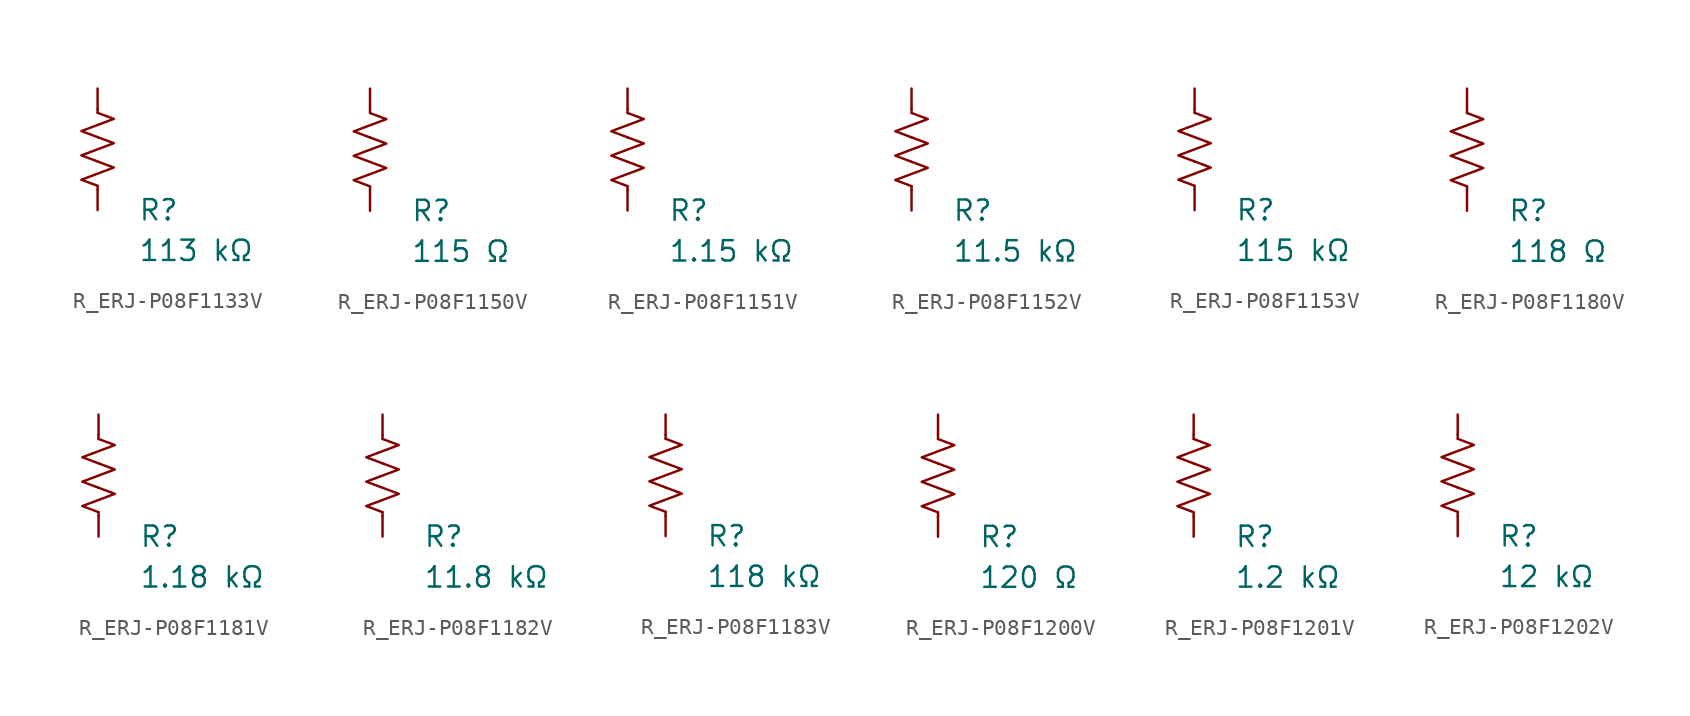
<source format=kicad_sym>
(kicad_symbol_lib
  (version 20231120)
  (generator "kicad_symbol_editor")
  (generator_version "8.0")
  (symbol "R_ERJ-P08F1133V"
    (pin_numbers hide)
    (pin_names
      (offset 0))
    (property "Reference" "R"
      (at 2.54 -3.81 0)
      (effects (font (size 1.27 1.27)) (justify left))
      (show_name no))
    (property "Value" "113 kΩ"
      (at 2.54 -6.35 0)
      (effects (font (size 1.27 1.27)) (justify left))
      (show_name no))
    (symbol "R_ERJ-P08F1133V_0_1"
      (polyline (pts (xy 0 -2.286) (xy 0 -2.54)) (stroke (width 0) (type default)) (fill (type none)))
      (polyline (pts (xy 0 2.286) (xy 0 2.54)) (stroke (width 0) (type default)) (fill (type none)))
      (polyline (pts (xy 0 -0.762) (xy 1.016 -1.143) (xy 0 -1.524) (xy -1.016 -1.905) (xy 0 -2.286)) (stroke (width 0) (type default)) (fill (type none)))
      (polyline (pts (xy 0 0.762) (xy 1.016 0.381) (xy 0 0) (xy -1.016 -0.381) (xy 0 -0.762)) (stroke (width 0) (type default)) (fill (type none)))
      (polyline (pts (xy 0 2.286) (xy 1.016 1.905) (xy 0 1.524) (xy -1.016 1.143) (xy 0 0.762)) (stroke (width 0) (type default)) (fill (type none))))
    (symbol "R_ERJ-P08F1133V_1_1"
      (pin passive line (at 0 3.81 270) (length 1.27) (name "~" (effects (font (size 1.27 1.27)))) (number "1" (effects (font (size 1.27 1.27)))))
      (pin passive line (at 0 -3.81 90) (length 1.27) (name "~" (effects (font (size 1.27 1.27)))) (number "2" (effects (font (size 1.27 1.27)))))))
  (symbol "R_ERJ-P08F1150V"
    (pin_numbers hide)
    (pin_names
      (offset 0))
    (property "Reference" "R"
      (at 2.54 -3.81 0)
      (effects (font (size 1.27 1.27)) (justify left))
      (show_name no))
    (property "Value" "115 Ω"
      (at 2.54 -6.35 0)
      (effects (font (size 1.27 1.27)) (justify left))
      (show_name no))
    (symbol "R_ERJ-P08F1150V_0_1"
      (polyline (pts (xy 0 -2.286) (xy 0 -2.54)) (stroke (width 0) (type default)) (fill (type none)))
      (polyline (pts (xy 0 2.286) (xy 0 2.54)) (stroke (width 0) (type default)) (fill (type none)))
      (polyline (pts (xy 0 -0.762) (xy 1.016 -1.143) (xy 0 -1.524) (xy -1.016 -1.905) (xy 0 -2.286)) (stroke (width 0) (type default)) (fill (type none)))
      (polyline (pts (xy 0 0.762) (xy 1.016 0.381) (xy 0 0) (xy -1.016 -0.381) (xy 0 -0.762)) (stroke (width 0) (type default)) (fill (type none)))
      (polyline (pts (xy 0 2.286) (xy 1.016 1.905) (xy 0 1.524) (xy -1.016 1.143) (xy 0 0.762)) (stroke (width 0) (type default)) (fill (type none))))
    (symbol "R_ERJ-P08F1150V_1_1"
      (pin passive line (at 0 3.81 270) (length 1.27) (name "~" (effects (font (size 1.27 1.27)))) (number "1" (effects (font (size 1.27 1.27)))))
      (pin passive line (at 0 -3.81 90) (length 1.27) (name "~" (effects (font (size 1.27 1.27)))) (number "2" (effects (font (size 1.27 1.27)))))))
  (symbol "R_ERJ-P08F1151V"
    (pin_numbers hide)
    (pin_names
      (offset 0))
    (property "Reference" "R"
      (at 2.54 -3.81 0)
      (effects (font (size 1.27 1.27)) (justify left))
      (show_name no))
    (property "Value" "1.15 kΩ"
      (at 2.54 -6.35 0)
      (effects (font (size 1.27 1.27)) (justify left))
      (show_name no))
    (symbol "R_ERJ-P08F1151V_0_1"
      (polyline (pts (xy 0 -2.286) (xy 0 -2.54)) (stroke (width 0) (type default)) (fill (type none)))
      (polyline (pts (xy 0 2.286) (xy 0 2.54)) (stroke (width 0) (type default)) (fill (type none)))
      (polyline (pts (xy 0 -0.762) (xy 1.016 -1.143) (xy 0 -1.524) (xy -1.016 -1.905) (xy 0 -2.286)) (stroke (width 0) (type default)) (fill (type none)))
      (polyline (pts (xy 0 0.762) (xy 1.016 0.381) (xy 0 0) (xy -1.016 -0.381) (xy 0 -0.762)) (stroke (width 0) (type default)) (fill (type none)))
      (polyline (pts (xy 0 2.286) (xy 1.016 1.905) (xy 0 1.524) (xy -1.016 1.143) (xy 0 0.762)) (stroke (width 0) (type default)) (fill (type none))))
    (symbol "R_ERJ-P08F1151V_1_1"
      (pin passive line (at 0 3.81 270) (length 1.27) (name "~" (effects (font (size 1.27 1.27)))) (number "1" (effects (font (size 1.27 1.27)))))
      (pin passive line (at 0 -3.81 90) (length 1.27) (name "~" (effects (font (size 1.27 1.27)))) (number "2" (effects (font (size 1.27 1.27)))))))
  (symbol "R_ERJ-P08F1152V"
    (pin_numbers hide)
    (pin_names
      (offset 0))
    (property "Reference" "R"
      (at 2.54 -3.81 0)
      (effects (font (size 1.27 1.27)) (justify left))
      (show_name no))
    (property "Value" "11.5 kΩ"
      (at 2.54 -6.35 0)
      (effects (font (size 1.27 1.27)) (justify left))
      (show_name no))
    (symbol "R_ERJ-P08F1152V_0_1"
      (polyline (pts (xy 0 -2.286) (xy 0 -2.54)) (stroke (width 0) (type default)) (fill (type none)))
      (polyline (pts (xy 0 2.286) (xy 0 2.54)) (stroke (width 0) (type default)) (fill (type none)))
      (polyline (pts (xy 0 -0.762) (xy 1.016 -1.143) (xy 0 -1.524) (xy -1.016 -1.905) (xy 0 -2.286)) (stroke (width 0) (type default)) (fill (type none)))
      (polyline (pts (xy 0 0.762) (xy 1.016 0.381) (xy 0 0) (xy -1.016 -0.381) (xy 0 -0.762)) (stroke (width 0) (type default)) (fill (type none)))
      (polyline (pts (xy 0 2.286) (xy 1.016 1.905) (xy 0 1.524) (xy -1.016 1.143) (xy 0 0.762)) (stroke (width 0) (type default)) (fill (type none))))
    (symbol "R_ERJ-P08F1152V_1_1"
      (pin passive line (at 0 3.81 270) (length 1.27) (name "~" (effects (font (size 1.27 1.27)))) (number "1" (effects (font (size 1.27 1.27)))))
      (pin passive line (at 0 -3.81 90) (length 1.27) (name "~" (effects (font (size 1.27 1.27)))) (number "2" (effects (font (size 1.27 1.27)))))))
  (symbol "R_ERJ-P08F1153V"
    (pin_numbers hide)
    (pin_names
      (offset 0))
    (property "Reference" "R"
      (at 2.54 -3.81 0)
      (effects (font (size 1.27 1.27)) (justify left))
      (show_name no))
    (property "Value" "115 kΩ"
      (at 2.54 -6.35 0)
      (effects (font (size 1.27 1.27)) (justify left))
      (show_name no))
    (symbol "R_ERJ-P08F1153V_0_1"
      (polyline (pts (xy 0 -2.286) (xy 0 -2.54)) (stroke (width 0) (type default)) (fill (type none)))
      (polyline (pts (xy 0 2.286) (xy 0 2.54)) (stroke (width 0) (type default)) (fill (type none)))
      (polyline (pts (xy 0 -0.762) (xy 1.016 -1.143) (xy 0 -1.524) (xy -1.016 -1.905) (xy 0 -2.286)) (stroke (width 0) (type default)) (fill (type none)))
      (polyline (pts (xy 0 0.762) (xy 1.016 0.381) (xy 0 0) (xy -1.016 -0.381) (xy 0 -0.762)) (stroke (width 0) (type default)) (fill (type none)))
      (polyline (pts (xy 0 2.286) (xy 1.016 1.905) (xy 0 1.524) (xy -1.016 1.143) (xy 0 0.762)) (stroke (width 0) (type default)) (fill (type none))))
    (symbol "R_ERJ-P08F1153V_1_1"
      (pin passive line (at 0 3.81 270) (length 1.27) (name "~" (effects (font (size 1.27 1.27)))) (number "1" (effects (font (size 1.27 1.27)))))
      (pin passive line (at 0 -3.81 90) (length 1.27) (name "~" (effects (font (size 1.27 1.27)))) (number "2" (effects (font (size 1.27 1.27)))))))
  (symbol "R_ERJ-P08F1180V"
    (pin_numbers hide)
    (pin_names
      (offset 0))
    (property "Reference" "R"
      (at 2.54 -3.81 0)
      (effects (font (size 1.27 1.27)) (justify left))
      (show_name no))
    (property "Value" "118 Ω"
      (at 2.54 -6.35 0)
      (effects (font (size 1.27 1.27)) (justify left))
      (show_name no))
    (symbol "R_ERJ-P08F1180V_0_1"
      (polyline (pts (xy 0 -2.286) (xy 0 -2.54)) (stroke (width 0) (type default)) (fill (type none)))
      (polyline (pts (xy 0 2.286) (xy 0 2.54)) (stroke (width 0) (type default)) (fill (type none)))
      (polyline (pts (xy 0 -0.762) (xy 1.016 -1.143) (xy 0 -1.524) (xy -1.016 -1.905) (xy 0 -2.286)) (stroke (width 0) (type default)) (fill (type none)))
      (polyline (pts (xy 0 0.762) (xy 1.016 0.381) (xy 0 0) (xy -1.016 -0.381) (xy 0 -0.762)) (stroke (width 0) (type default)) (fill (type none)))
      (polyline (pts (xy 0 2.286) (xy 1.016 1.905) (xy 0 1.524) (xy -1.016 1.143) (xy 0 0.762)) (stroke (width 0) (type default)) (fill (type none))))
    (symbol "R_ERJ-P08F1180V_1_1"
      (pin passive line (at 0 3.81 270) (length 1.27) (name "~" (effects (font (size 1.27 1.27)))) (number "1" (effects (font (size 1.27 1.27)))))
      (pin passive line (at 0 -3.81 90) (length 1.27) (name "~" (effects (font (size 1.27 1.27)))) (number "2" (effects (font (size 1.27 1.27)))))))
  (symbol "R_ERJ-P08F1181V"
    (pin_numbers hide)
    (pin_names
      (offset 0))
    (property "Reference" "R"
      (at 2.54 -3.81 0)
      (effects (font (size 1.27 1.27)) (justify left))
      (show_name no))
    (property "Value" "1.18 kΩ"
      (at 2.54 -6.35 0)
      (effects (font (size 1.27 1.27)) (justify left))
      (show_name no))
    (symbol "R_ERJ-P08F1181V_0_1"
      (polyline (pts (xy 0 -2.286) (xy 0 -2.54)) (stroke (width 0) (type default)) (fill (type none)))
      (polyline (pts (xy 0 2.286) (xy 0 2.54)) (stroke (width 0) (type default)) (fill (type none)))
      (polyline (pts (xy 0 -0.762) (xy 1.016 -1.143) (xy 0 -1.524) (xy -1.016 -1.905) (xy 0 -2.286)) (stroke (width 0) (type default)) (fill (type none)))
      (polyline (pts (xy 0 0.762) (xy 1.016 0.381) (xy 0 0) (xy -1.016 -0.381) (xy 0 -0.762)) (stroke (width 0) (type default)) (fill (type none)))
      (polyline (pts (xy 0 2.286) (xy 1.016 1.905) (xy 0 1.524) (xy -1.016 1.143) (xy 0 0.762)) (stroke (width 0) (type default)) (fill (type none))))
    (symbol "R_ERJ-P08F1181V_1_1"
      (pin passive line (at 0 3.81 270) (length 1.27) (name "~" (effects (font (size 1.27 1.27)))) (number "1" (effects (font (size 1.27 1.27)))))
      (pin passive line (at 0 -3.81 90) (length 1.27) (name "~" (effects (font (size 1.27 1.27)))) (number "2" (effects (font (size 1.27 1.27)))))))
  (symbol "R_ERJ-P08F1182V"
    (pin_numbers hide)
    (pin_names
      (offset 0))
    (property "Reference" "R"
      (at 2.54 -3.81 0)
      (effects (font (size 1.27 1.27)) (justify left))
      (show_name no))
    (property "Value" "11.8 kΩ"
      (at 2.54 -6.35 0)
      (effects (font (size 1.27 1.27)) (justify left))
      (show_name no))
    (symbol "R_ERJ-P08F1182V_0_1"
      (polyline (pts (xy 0 -2.286) (xy 0 -2.54)) (stroke (width 0) (type default)) (fill (type none)))
      (polyline (pts (xy 0 2.286) (xy 0 2.54)) (stroke (width 0) (type default)) (fill (type none)))
      (polyline (pts (xy 0 -0.762) (xy 1.016 -1.143) (xy 0 -1.524) (xy -1.016 -1.905) (xy 0 -2.286)) (stroke (width 0) (type default)) (fill (type none)))
      (polyline (pts (xy 0 0.762) (xy 1.016 0.381) (xy 0 0) (xy -1.016 -0.381) (xy 0 -0.762)) (stroke (width 0) (type default)) (fill (type none)))
      (polyline (pts (xy 0 2.286) (xy 1.016 1.905) (xy 0 1.524) (xy -1.016 1.143) (xy 0 0.762)) (stroke (width 0) (type default)) (fill (type none))))
    (symbol "R_ERJ-P08F1182V_1_1"
      (pin passive line (at 0 3.81 270) (length 1.27) (name "~" (effects (font (size 1.27 1.27)))) (number "1" (effects (font (size 1.27 1.27)))))
      (pin passive line (at 0 -3.81 90) (length 1.27) (name "~" (effects (font (size 1.27 1.27)))) (number "2" (effects (font (size 1.27 1.27)))))))
  (symbol "R_ERJ-P08F1183V"
    (pin_numbers hide)
    (pin_names
      (offset 0))
    (property "Reference" "R"
      (at 2.54 -3.81 0)
      (effects (font (size 1.27 1.27)) (justify left))
      (show_name no))
    (property "Value" "118 kΩ"
      (at 2.54 -6.35 0)
      (effects (font (size 1.27 1.27)) (justify left))
      (show_name no))
    (symbol "R_ERJ-P08F1183V_0_1"
      (polyline (pts (xy 0 -2.286) (xy 0 -2.54)) (stroke (width 0) (type default)) (fill (type none)))
      (polyline (pts (xy 0 2.286) (xy 0 2.54)) (stroke (width 0) (type default)) (fill (type none)))
      (polyline (pts (xy 0 -0.762) (xy 1.016 -1.143) (xy 0 -1.524) (xy -1.016 -1.905) (xy 0 -2.286)) (stroke (width 0) (type default)) (fill (type none)))
      (polyline (pts (xy 0 0.762) (xy 1.016 0.381) (xy 0 0) (xy -1.016 -0.381) (xy 0 -0.762)) (stroke (width 0) (type default)) (fill (type none)))
      (polyline (pts (xy 0 2.286) (xy 1.016 1.905) (xy 0 1.524) (xy -1.016 1.143) (xy 0 0.762)) (stroke (width 0) (type default)) (fill (type none))))
    (symbol "R_ERJ-P08F1183V_1_1"
      (pin passive line (at 0 3.81 270) (length 1.27) (name "~" (effects (font (size 1.27 1.27)))) (number "1" (effects (font (size 1.27 1.27)))))
      (pin passive line (at 0 -3.81 90) (length 1.27) (name "~" (effects (font (size 1.27 1.27)))) (number "2" (effects (font (size 1.27 1.27)))))))
  (symbol "R_ERJ-P08F1200V"
    (pin_numbers hide)
    (pin_names
      (offset 0))
    (property "Reference" "R"
      (at 2.54 -3.81 0)
      (effects (font (size 1.27 1.27)) (justify left))
      (show_name no))
    (property "Value" "120 Ω"
      (at 2.54 -6.35 0)
      (effects (font (size 1.27 1.27)) (justify left))
      (show_name no))
    (symbol "R_ERJ-P08F1200V_0_1"
      (polyline (pts (xy 0 -2.286) (xy 0 -2.54)) (stroke (width 0) (type default)) (fill (type none)))
      (polyline (pts (xy 0 2.286) (xy 0 2.54)) (stroke (width 0) (type default)) (fill (type none)))
      (polyline (pts (xy 0 -0.762) (xy 1.016 -1.143) (xy 0 -1.524) (xy -1.016 -1.905) (xy 0 -2.286)) (stroke (width 0) (type default)) (fill (type none)))
      (polyline (pts (xy 0 0.762) (xy 1.016 0.381) (xy 0 0) (xy -1.016 -0.381) (xy 0 -0.762)) (stroke (width 0) (type default)) (fill (type none)))
      (polyline (pts (xy 0 2.286) (xy 1.016 1.905) (xy 0 1.524) (xy -1.016 1.143) (xy 0 0.762)) (stroke (width 0) (type default)) (fill (type none))))
    (symbol "R_ERJ-P08F1200V_1_1"
      (pin passive line (at 0 3.81 270) (length 1.27) (name "~" (effects (font (size 1.27 1.27)))) (number "1" (effects (font (size 1.27 1.27)))))
      (pin passive line (at 0 -3.81 90) (length 1.27) (name "~" (effects (font (size 1.27 1.27)))) (number "2" (effects (font (size 1.27 1.27)))))))
  (symbol "R_ERJ-P08F1201V"
    (pin_numbers hide)
    (pin_names
      (offset 0))
    (property "Reference" "R"
      (at 2.54 -3.81 0)
      (effects (font (size 1.27 1.27)) (justify left))
      (show_name no))
    (property "Value" "1.2 kΩ"
      (at 2.54 -6.35 0)
      (effects (font (size 1.27 1.27)) (justify left))
      (show_name no))
    (symbol "R_ERJ-P08F1201V_0_1"
      (polyline (pts (xy 0 -2.286) (xy 0 -2.54)) (stroke (width 0) (type default)) (fill (type none)))
      (polyline (pts (xy 0 2.286) (xy 0 2.54)) (stroke (width 0) (type default)) (fill (type none)))
      (polyline (pts (xy 0 -0.762) (xy 1.016 -1.143) (xy 0 -1.524) (xy -1.016 -1.905) (xy 0 -2.286)) (stroke (width 0) (type default)) (fill (type none)))
      (polyline (pts (xy 0 0.762) (xy 1.016 0.381) (xy 0 0) (xy -1.016 -0.381) (xy 0 -0.762)) (stroke (width 0) (type default)) (fill (type none)))
      (polyline (pts (xy 0 2.286) (xy 1.016 1.905) (xy 0 1.524) (xy -1.016 1.143) (xy 0 0.762)) (stroke (width 0) (type default)) (fill (type none))))
    (symbol "R_ERJ-P08F1201V_1_1"
      (pin passive line (at 0 3.81 270) (length 1.27) (name "~" (effects (font (size 1.27 1.27)))) (number "1" (effects (font (size 1.27 1.27)))))
      (pin passive line (at 0 -3.81 90) (length 1.27) (name "~" (effects (font (size 1.27 1.27)))) (number "2" (effects (font (size 1.27 1.27)))))))
  (symbol "R_ERJ-P08F1202V"
    (pin_numbers hide)
    (pin_names
      (offset 0))
    (property "Reference" "R"
      (at 2.54 -3.81 0)
      (effects (font (size 1.27 1.27)) (justify left))
      (show_name no))
    (property "Value" "12 kΩ"
      (at 2.54 -6.35 0)
      (effects (font (size 1.27 1.27)) (justify left))
      (show_name no))
    (symbol "R_ERJ-P08F1202V_0_1"
      (polyline (pts (xy 0 -2.286) (xy 0 -2.54)) (stroke (width 0) (type default)) (fill (type none)))
      (polyline (pts (xy 0 2.286) (xy 0 2.54)) (stroke (width 0) (type default)) (fill (type none)))
      (polyline (pts (xy 0 -0.762) (xy 1.016 -1.143) (xy 0 -1.524) (xy -1.016 -1.905) (xy 0 -2.286)) (stroke (width 0) (type default)) (fill (type none)))
      (polyline (pts (xy 0 0.762) (xy 1.016 0.381) (xy 0 0) (xy -1.016 -0.381) (xy 0 -0.762)) (stroke (width 0) (type default)) (fill (type none)))
      (polyline (pts (xy 0 2.286) (xy 1.016 1.905) (xy 0 1.524) (xy -1.016 1.143) (xy 0 0.762)) (stroke (width 0) (type default)) (fill (type none))))
    (symbol "R_ERJ-P08F1202V_1_1"
      (pin passive line (at 0 3.81 270) (length 1.27) (name "~" (effects (font (size 1.27 1.27)))) (number "1" (effects (font (size 1.27 1.27)))))
      (pin passive line (at 0 -3.81 90) (length 1.27) (name "~" (effects (font (size 1.27 1.27)))) (number "2" (effects (font (size 1.27 1.27))))))))
</source>
